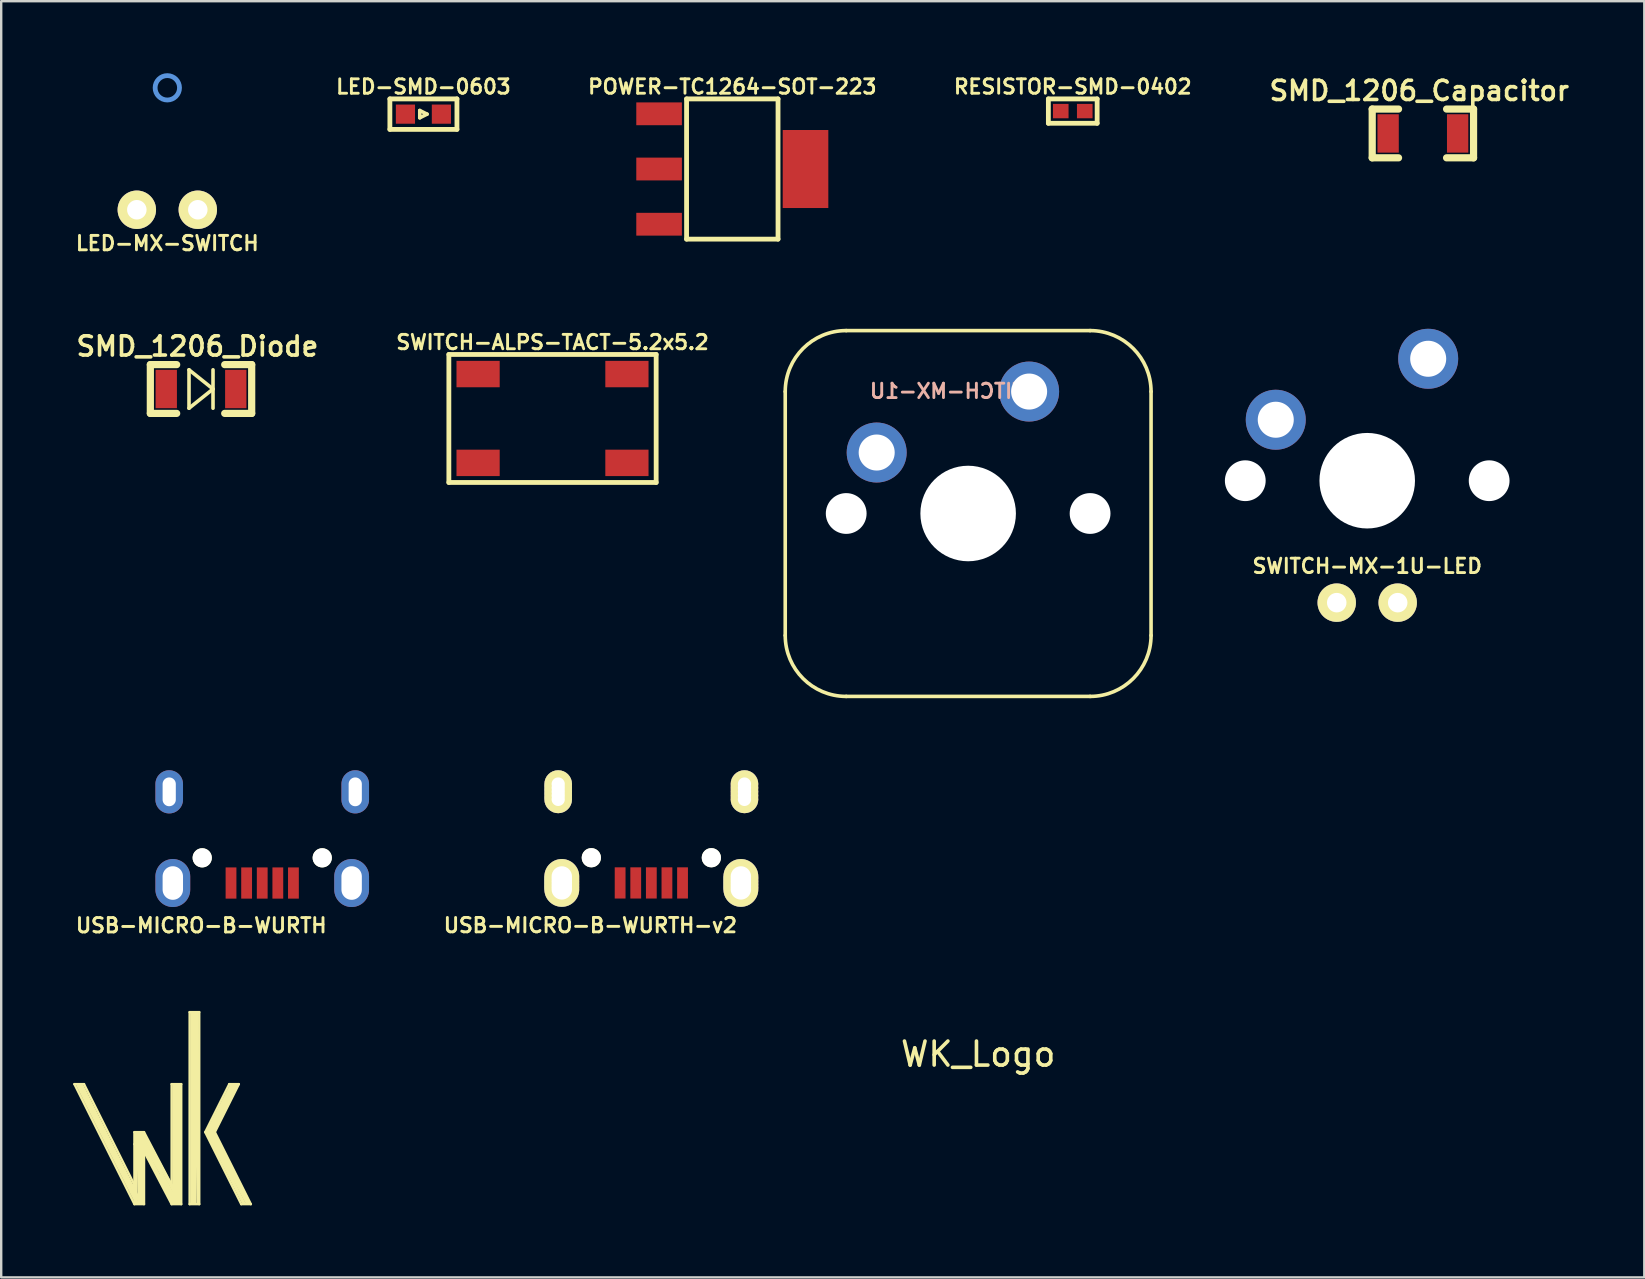
<source format=kicad_pcb>
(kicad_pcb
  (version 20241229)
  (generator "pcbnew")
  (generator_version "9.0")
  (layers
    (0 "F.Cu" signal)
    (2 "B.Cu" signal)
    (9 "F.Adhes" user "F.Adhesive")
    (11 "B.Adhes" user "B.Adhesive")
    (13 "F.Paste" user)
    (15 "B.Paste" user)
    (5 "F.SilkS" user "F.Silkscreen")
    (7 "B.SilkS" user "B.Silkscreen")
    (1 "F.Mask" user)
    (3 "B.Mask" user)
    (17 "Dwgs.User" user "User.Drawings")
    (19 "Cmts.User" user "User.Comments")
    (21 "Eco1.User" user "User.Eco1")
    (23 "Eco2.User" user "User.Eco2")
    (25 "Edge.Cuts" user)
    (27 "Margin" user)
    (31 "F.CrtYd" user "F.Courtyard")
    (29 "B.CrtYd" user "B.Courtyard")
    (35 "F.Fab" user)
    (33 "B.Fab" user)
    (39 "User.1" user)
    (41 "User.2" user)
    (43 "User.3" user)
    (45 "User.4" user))
  (footprint "USB-MICRO-B-WURTH"
    (layer "F.Cu")
    (at 7.874 31.756)
    (property "Reference" "USB-MICRO-B-WURTH" (at -2.54 3.747 180) (layer "F.SilkS") (effects (font (size 0.6 0.6) (thickness 0.12))))
    (attr smd)
    (pad "" thru_hole oval (at -3.875 -1.819 180) (size 1.15 1.8) (drill oval 0.55 1.2) (layers "*.Cu" "*.Mask" "F.Paste"))
    (pad "" np_thru_hole circle (at -2.5 0.93 180) (size 0.8 0.8) (drill 0.8) (layers "*.Cu" "*.Mask" "F.SilkS"))
    (pad "" np_thru_hole circle (at 2.5 0.93 180) (size 0.8 0.8) (drill 0.8) (layers "*.Cu" "*.Mask" "F.SilkS"))
    (pad "" thru_hole oval (at 3.725 1.98 180) (size 1.45 2) (drill oval 0.85 1.4) (layers "*.Cu" "*.Mask" "F.Paste"))
    (pad "" thru_hole oval (at 3.875 -1.819 180) (size 1.15 1.8) (drill oval 0.55 1.2) (layers "*.Cu" "*.Mask" "F.Paste"))
    (pad "1" smd rect (at 1.3 1.98 180) (size 0.45 1.3) (layers "F.Cu" "F.Mask" "F.Paste"))
    (pad "2" smd rect (at 0.65 1.98 180) (size 0.45 1.3) (layers "F.Cu" "F.Mask" "F.Paste"))
    (pad "3" smd rect (at 0 1.98 180) (size 0.45 1.3) (layers "F.Cu" "F.Mask" "F.Paste"))
    (pad "4" smd rect (at -0.65 1.98 180) (size 0.45 1.3) (layers "F.Cu" "F.Mask" "F.Paste"))
    (pad "5" smd rect (at -1.3 1.98 180) (size 0.45 1.3) (layers "F.Cu" "F.Mask" "F.Paste"))
    (pad "6" thru_hole oval (at -3.725 1.98 180) (size 1.45 2) (drill oval 0.85 1.4) (layers "*.Cu" "*.Mask" "F.Paste")))
  (footprint "SWITCH-MX-1U-LED"
    (layer "F.Cu")
    (at 53.907 16.976)
    (property "Reference" "SWITCH-MX-1U-LED" (at 0 3.556 0) (layer "F.SilkS") (effects (font (size 0.6 0.6) (thickness 0.12))))
    (attr through_hole)
    (pad "" np_thru_hole circle (at -5.08 0) (size 1.699 1.699) (drill 1.699) (layers "*.Cu" "*.Mask"))
    (pad "" np_thru_hole circle (at 0 0) (size 3.98 3.98) (drill 3.98) (layers "*.Cu" "*.Mask"))
    (pad "" np_thru_hole circle (at 5.08 0) (size 1.699 1.699) (drill 1.699) (layers "*.Cu" "*.Mask"))
    (pad "1" thru_hole circle (at -3.81 -2.54) (size 2.499 2.499) (drill 1.501) (layers "*.Cu" "*.Mask"))
    (pad "1" thru_hole circle (at -1.27 5.08) (size 1.6 1.6) (drill 0.813) (layers "*.Cu" "*.Mask" "F.SilkS"))
    (pad "2" thru_hole circle (at 1.27 5.08) (size 1.6 1.6) (drill 0.813) (layers "*.Cu" "*.Mask" "F.SilkS"))
    (pad "2" thru_hole circle (at 2.54 -5.08) (size 2.499 2.499) (drill 1.501) (layers "*.Cu" "*.Mask")))
  (footprint "LED-MX-SWITCH"
    (layer "F.Cu")
    (at 3.92 0.608)
    (property "Reference" "LED-MX-SWITCH" (at 0 6.477 0) (layer "F.SilkS") (effects (font (size 0.6 0.6) (thickness 0.12))))
    (attr through_hole)
    (fp_circle (center 0 0) (end 0.508 0) (stroke (width 0.2) (type solid)) (fill no) (layer "Cmts.User"))
    (pad "1" thru_hole circle (at -1.27 5.08) (size 1.6 1.6) (drill 0.813) (layers "*.Cu" "*.Mask" "F.SilkS"))
    (pad "2" thru_hole circle (at 1.27 5.08) (size 1.6 1.6) (drill 0.813) (layers "*.Cu" "*.Mask" "F.SilkS")))
  (footprint "WK_Logo"
    (layer "F.Cu")
    (at 3.75 43.114)
    (property "Reference" "WK_Logo" (at 33.95 -2.25 0) (layer "F.SilkS") (effects (font (size 1 1) (thickness 0.15))))
    (attr through_hole)
    (fp_line (start -3.7 -1) (end -3.3 -1) (stroke (width 0.1) (type solid)) (layer "F.SilkS"))
    (fp_line (start -3.7 -1) (end -1.2 4) (stroke (width 0.1) (type solid)) (layer "F.SilkS"))
    (fp_line (start -3.55 -0.95) (end -1.1 3.95) (stroke (width 0.15) (type solid)) (layer "F.SilkS"))
    (fp_line (start -3.5 -0.95) (end -1.1 3.75) (stroke (width 0.15) (type solid)) (layer "F.SilkS"))
    (fp_line (start -3.4 -0.95) (end -0.95 3.95) (stroke (width 0.15) (type solid)) (layer "F.SilkS"))
    (fp_line (start -1.2 1) (end -1.2 1.5) (stroke (width 0.1) (type solid)) (layer "F.SilkS"))
    (fp_line (start -1.2 1) (end -0.8 1) (stroke (width 0.1) (type solid)) (layer "F.SilkS"))
    (fp_line (start -1.2 1.5) (end -1.2 3.2) (stroke (width 0.1) (type solid)) (layer "F.SilkS"))
    (fp_line (start -1.2 3.2) (end -3.3 -1) (stroke (width 0.1) (type solid)) (layer "F.SilkS"))
    (fp_line (start -1.2 3.25) (end -1.25 3.25) (stroke (width 0.15) (type solid)) (layer "F.SilkS"))
    (fp_line (start -1.2 4) (end -0.8 4) (stroke (width 0.1) (type solid)) (layer "F.SilkS"))
    (fp_line (start -1.15 3.95) (end -1.1 1.05) (stroke (width 0.15) (type solid)) (layer "F.SilkS"))
    (fp_line (start -1.1 1.05) (end 0.4 3.95) (stroke (width 0.15) (type solid)) (layer "F.SilkS"))
    (fp_line (start -1 3.9) (end -1 1.3) (stroke (width 0.15) (type solid)) (layer "F.SilkS"))
    (fp_line (start -0.9 1.7) (end -0.9 1.5) (stroke (width 0.15) (type solid)) (layer "F.SilkS"))
    (fp_line (start -0.9 3.3) (end -0.9 1.15) (stroke (width 0.15) (type solid)) (layer "F.SilkS"))
    (fp_line (start -0.9 3.95) (end -0.85 1.6) (stroke (width 0.15) (type solid)) (layer "F.SilkS"))
    (fp_line (start -0.85 1.05) (end -0.05 2.6) (stroke (width 0.15) (type solid)) (layer "F.SilkS"))
    (fp_line (start -0.85 1.05) (end 0.45 3.45) (stroke (width 0.15) (type solid)) (layer "F.SilkS"))
    (fp_line (start -0.8 1.8) (end -0.8 4) (stroke (width 0.1) (type solid)) (layer "F.SilkS"))
    (fp_line (start -0.8 1.8) (end 0.35 4) (stroke (width 0.1) (type solid)) (layer "F.SilkS"))
    (fp_line (start 0.05 3.2) (end -0.1 2.85) (stroke (width 0.15) (type solid)) (layer "F.SilkS"))
    (fp_line (start 0.1 3.25) (end 0.4 3.8) (stroke (width 0.15) (type solid)) (layer "F.SilkS"))
    (fp_line (start 0.35 3.2) (end -0.8 1) (stroke (width 0.1) (type solid)) (layer "F.SilkS"))
    (fp_line (start 0.35 3.2) (end 0.35 -1) (stroke (width 0.1) (type solid)) (layer "F.SilkS"))
    (fp_line (start 0.45 -0.95) (end 0.45 3.95) (stroke (width 0.15) (type solid)) (layer "F.SilkS"))
    (fp_line (start 0.45 3.7) (end -1 1.05) (stroke (width 0.15) (type solid)) (layer "F.SilkS"))
    (fp_line (start 0.55 3.95) (end 0.55 -0.95) (stroke (width 0.15) (type solid)) (layer "F.SilkS"))
    (fp_line (start 0.65 3.95) (end 0.65 -0.95) (stroke (width 0.15) (type solid)) (layer "F.SilkS"))
    (fp_line (start 0.75 -1) (end 0.35 -1) (stroke (width 0.1) (type solid)) (layer "F.SilkS"))
    (fp_line (start 0.75 4) (end 0.35 4) (stroke (width 0.1) (type solid)) (layer "F.SilkS"))
    (fp_line (start 0.75 4) (end 0.75 -1) (stroke (width 0.1) (type solid)) (layer "F.SilkS"))
    (fp_line (start 1.1 4) (end 1.1 -4) (stroke (width 0.1) (type solid)) (layer "F.SilkS"))
    (fp_line (start 1.2 -3.95) (end 1.2 3.95) (stroke (width 0.15) (type solid)) (layer "F.SilkS"))
    (fp_line (start 1.3 3.95) (end 1.3 -3.95) (stroke (width 0.15) (type solid)) (layer "F.SilkS"))
    (fp_line (start 1.4 -3.95) (end 1.45 3.95) (stroke (width 0.15) (type solid)) (layer "F.SilkS"))
    (fp_line (start 1.5 -4) (end 1.1 -4) (stroke (width 0.1) (type solid)) (layer "F.SilkS"))
    (fp_line (start 1.5 -4) (end 1.5 4) (stroke (width 0.1) (type solid)) (layer "F.SilkS"))
    (fp_line (start 1.5 4) (end 1.1 4) (stroke (width 0.1) (type solid)) (layer "F.SilkS"))
    (fp_line (start 1.85 1) (end 3.35 3.95) (stroke (width 0.15) (type solid)) (layer "F.SilkS"))
    (fp_line (start 1.95 1) (end 2.95 -0.95) (stroke (width 0.15) (type solid)) (layer "F.SilkS"))
    (fp_line (start 2.05 1) (end 3.55 3.95) (stroke (width 0.15) (type solid)) (layer "F.SilkS"))
    (fp_line (start 2.15 1) (end 3.15 -1) (stroke (width 0.1) (type solid)) (layer "F.SilkS"))
    (fp_line (start 2.15 1) (end 3.65 4) (stroke (width 0.1) (type solid)) (layer "F.SilkS"))
    (fp_line (start 2.75 -1) (end 1.75 1) (stroke (width 0.1) (type solid)) (layer "F.SilkS"))
    (fp_line (start 2.75 -1) (end 3.15 -1) (stroke (width 0.1) (type solid)) (layer "F.SilkS"))
    (fp_line (start 2.85 -0.95) (end 1.85 1) (stroke (width 0.15) (type solid)) (layer "F.SilkS"))
    (fp_line (start 3.05 -0.95) (end 2.05 1) (stroke (width 0.15) (type solid)) (layer "F.SilkS"))
    (fp_line (start 3.25 4) (end 1.75 1) (stroke (width 0.1) (type solid)) (layer "F.SilkS"))
    (fp_line (start 3.25 4) (end 3.65 4) (stroke (width 0.1) (type solid)) (layer "F.SilkS"))
    (fp_line (start 3.5 3.95) (end 1.95 1) (stroke (width 0.15) (type solid)) (layer "F.SilkS")))
  (footprint "SWITCH-ALPS-TACT-5.2x5.2"
    (layer "F.Cu")
    (at 19.967 14.383)
    (property "Reference" "SWITCH-ALPS-TACT-5.2x5.2" (at 0 -3.175 0) (layer "F.SilkS") (effects (font (size 0.6 0.6) (thickness 0.12))))
    (attr smd)
    (fp_line (start -4.318 -2.667) (end -4.318 2.667) (stroke (width 0.2) (type solid)) (layer "F.SilkS"))
    (fp_line (start -4.318 2.667) (end 4.318 2.667) (stroke (width 0.2) (type solid)) (layer "F.SilkS"))
    (fp_line (start 4.318 -2.667) (end -4.318 -2.667) (stroke (width 0.2) (type solid)) (layer "F.SilkS"))
    (fp_line (start 4.318 2.667) (end 4.318 -2.667) (stroke (width 0.2) (type solid)) (layer "F.SilkS"))
    (pad "1" smd rect (at -3.1 -1.85) (size 1.8 1.1) (layers "F.Cu" "F.Mask" "F.Paste"))
    (pad "2" smd rect (at 3.1 -1.85) (size 1.8 1.1) (layers "F.Cu" "F.Mask" "F.Paste"))
    (pad "3" smd rect (at -3.1 1.85) (size 1.8 1.1) (layers "F.Cu" "F.Mask" "F.Paste"))
    (pad "4" smd rect (at 3.1 1.85) (size 1.8 1.1) (layers "F.Cu" "F.Mask" "F.Paste")))
  (footprint "SMD_1206_Diode"
    (layer "F.Cu")
    (at 5.324 13.156)
    (property "Reference" "SMD_1206_Diode" (at -0.15 -1.778 0) (layer "F.SilkS") (effects (font (size 0.8 0.8) (thickness 0.15))))
    (attr smd)
    (fp_line (start -2.111 -1.016) (end -2.111 1.016) (stroke (width 0.3) (type solid)) (layer "F.SilkS"))
    (fp_line (start -2.111 1.016) (end -1.014 1.016) (stroke (width 0.3) (type solid)) (layer "F.SilkS"))
    (fp_line (start -1.014 -1.016) (end -2.111 -1.016) (stroke (width 0.3) (type solid)) (layer "F.SilkS"))
    (fp_line (start -0.5 -0.8) (end -0.5 0.8) (stroke (width 0.15) (type solid)) (layer "F.SilkS"))
    (fp_line (start -0.5 -0.8) (end 0.5 0) (stroke (width 0.15) (type solid)) (layer "F.SilkS"))
    (fp_line (start 0.5 -0.8) (end 0.5 0.8) (stroke (width 0.15) (type solid)) (layer "F.SilkS"))
    (fp_line (start 0.5 0) (end -0.5 0.8) (stroke (width 0.15) (type solid)) (layer "F.SilkS"))
    (fp_line (start 0.987 -1.016) (end 2.111 -1.016) (stroke (width 0.3) (type solid)) (layer "F.SilkS"))
    (fp_line (start 2.111 -1.016) (end 2.111 1.016) (stroke (width 0.3) (type solid)) (layer "F.SilkS"))
    (fp_line (start 2.111 1.016) (end 0.987 1.016) (stroke (width 0.3) (type solid)) (layer "F.SilkS"))
    (pad "1" smd rect (at -1.448 0) (size 0.889 1.6) (layers "F.Cu" "F.Mask" "F.Paste"))
    (pad "2" smd rect (at 1.448 0) (size 0.889 1.6) (layers "F.Cu" "F.Mask" "F.Paste")))
  (footprint "RESISTOR-SMD-0402"
    (layer "F.Cu")
    (at 41.64 1.578)
    (property "Reference" "RESISTOR-SMD-0402" (at 0 -1.016 0) (layer "F.SilkS") (effects (font (size 0.6 0.6) (thickness 0.12))))
    (attr through_hole)
    (fp_line (start -1.016 -0.508) (end 1.016 -0.508) (stroke (width 0.2) (type solid)) (layer "F.SilkS"))
    (fp_line (start -1.016 0.508) (end -1.016 -0.508) (stroke (width 0.2) (type solid)) (layer "F.SilkS"))
    (fp_line (start 1.016 -0.508) (end 1.016 0.508) (stroke (width 0.2) (type solid)) (layer "F.SilkS"))
    (fp_line (start 1.016 0.508) (end -1.016 0.508) (stroke (width 0.2) (type solid)) (layer "F.SilkS"))
    (pad "1" smd rect (at -0.5 0) (size 0.65 0.6) (layers "F.Cu" "F.Mask" "F.Paste"))
    (pad "2" smd rect (at 0.5 0) (size 0.65 0.6) (layers "F.Cu" "F.Mask" "F.Paste")))
  (footprint "SMD_1206_Capacitor"
    (layer "F.Cu")
    (at 56.226 2.509)
    (property "Reference" "SMD_1206_Capacitor" (at -0.15 -1.778 0) (layer "F.SilkS") (effects (font (size 0.8 0.8) (thickness 0.15))))
    (attr smd)
    (fp_line (start -2.111 -1.016) (end -2.111 1.016) (stroke (width 0.3) (type solid)) (layer "F.SilkS"))
    (fp_line (start -2.111 1.016) (end -1.014 1.016) (stroke (width 0.3) (type solid)) (layer "F.SilkS"))
    (fp_line (start -1.014 -1.016) (end -2.111 -1.016) (stroke (width 0.3) (type solid)) (layer "F.SilkS"))
    (fp_line (start 0.987 -1.016) (end 2.111 -1.016) (stroke (width 0.3) (type solid)) (layer "F.SilkS"))
    (fp_line (start 2.111 -1.016) (end 2.111 1.016) (stroke (width 0.3) (type solid)) (layer "F.SilkS"))
    (fp_line (start 2.111 1.016) (end 0.987 1.016) (stroke (width 0.3) (type solid)) (layer "F.SilkS"))
    (pad "1" smd rect (at -1.448 0) (size 0.889 1.6) (layers "F.Cu" "F.Mask" "F.Paste"))
    (pad "2" smd rect (at 1.448 0) (size 0.889 1.6) (layers "F.Cu" "F.Mask" "F.Paste")))
  (footprint "POWER-TC1264-SOT-223"
    (layer "F.Cu")
    (at 27.457 3.991)
    (property "Reference" "POWER-TC1264-SOT-223" (at 0 -3.429 0) (layer "F.SilkS") (effects (font (size 0.6 0.6) (thickness 0.12))))
    (attr through_hole)
    (fp_line (start -1.905 2.921) (end -1.905 -2.921) (stroke (width 0.2) (type solid)) (layer "F.SilkS"))
    (fp_line (start -1.905 2.921) (end 1.905 2.921) (stroke (width 0.2) (type solid)) (layer "F.SilkS"))
    (fp_line (start 1.905 -2.921) (end -1.905 -2.921) (stroke (width 0.2) (type solid)) (layer "F.SilkS"))
    (fp_line (start 1.905 -2.921) (end 1.905 2.921) (stroke (width 0.2) (type solid)) (layer "F.SilkS"))
    (pad "1" smd rect (at -3.05 -2.3 270) (size 0.95 1.9) (layers "F.Cu" "F.Mask" "F.Paste"))
    (pad "2" smd rect (at -3.05 0 270) (size 0.95 1.9) (layers "F.Cu" "F.Mask" "F.Paste"))
    (pad "2" smd rect (at 3.05 0 270) (size 3.25 1.9) (layers "F.Cu" "F.Mask" "F.Paste"))
    (pad "3" smd rect (at -3.05 2.3 270) (size 0.95 1.9) (layers "F.Cu" "F.Mask" "F.Paste")))
  (footprint "USB-MICRO-B-WURTH-v2"
    (layer "F.Cu")
    (at 24.084 31.752)
    (property "Reference" "USB-MICRO-B-WURTH-v2" (at -2.54 3.747 180) (layer "F.SilkS") (effects (font (size 0.6 0.6) (thickness 0.12))))
    (attr smd)
    (pad "" thru_hole circle (at -3.88 -2.14) (size 1.15 1.15) (drill 0.55) (layers "*.Cu" "*.Mask" "F.SilkS"))
    (pad "" thru_hole circle (at -3.88 -1.98) (size 1.15 1.15) (drill 0.55) (layers "*.Cu" "*.Mask" "F.SilkS"))
    (pad "" thru_hole circle (at -3.88 -1.82) (size 1.15 1.15) (drill 0.55) (layers "*.Cu" "*.Mask" "F.SilkS"))
    (pad "" thru_hole circle (at -3.88 -1.66) (size 1.15 1.15) (drill 0.55) (layers "*.Cu" "*.Mask" "F.SilkS"))
    (pad "" thru_hole circle (at -3.88 -1.5) (size 1.15 1.15) (drill 0.55) (layers "*.Cu" "*.Mask" "F.SilkS"))
    (pad "" np_thru_hole circle (at -2.5 0.93 180) (size 0.8 0.8) (drill 0.8) (layers "*.Cu" "*.Mask" "F.SilkS"))
    (pad "" np_thru_hole circle (at 2.5 0.93 180) (size 0.8 0.8) (drill 0.8) (layers "*.Cu" "*.Mask" "F.SilkS"))
    (pad "" thru_hole circle (at 3.73 1.71) (size 1.45 1.45) (drill 0.85) (layers "*.Cu" "*.Mask" "F.SilkS"))
    (pad "" thru_hole circle (at 3.73 1.845) (size 1.45 1.45) (drill 0.85) (layers "*.Cu" "*.Mask" "F.SilkS"))
    (pad "" thru_hole circle (at 3.73 1.98) (size 1.45 1.45) (drill 0.85) (layers "*.Cu" "*.Mask" "F.SilkS"))
    (pad "" thru_hole circle (at 3.73 2.115) (size 1.45 1.45) (drill 0.85) (layers "*.Cu" "*.Mask" "F.SilkS"))
    (pad "" thru_hole circle (at 3.73 2.25) (size 1.45 1.45) (drill 0.85) (layers "*.Cu" "*.Mask" "F.SilkS"))
    (pad "" thru_hole circle (at 3.88 -2.14) (size 1.15 1.15) (drill 0.55) (layers "*.Cu" "*.Mask" "F.SilkS"))
    (pad "" thru_hole circle (at 3.88 -1.98) (size 1.15 1.15) (drill 0.55) (layers "*.Cu" "*.Mask" "F.SilkS"))
    (pad "" thru_hole circle (at 3.88 -1.82) (size 1.15 1.15) (drill 0.55) (layers "*.Cu" "*.Mask" "F.SilkS"))
    (pad "" thru_hole circle (at 3.88 -1.66) (size 1.15 1.15) (drill 0.55) (layers "*.Cu" "*.Mask" "F.SilkS"))
    (pad "" thru_hole circle (at 3.88 -1.5) (size 1.15 1.15) (drill 0.55) (layers "*.Cu" "*.Mask" "F.SilkS"))
    (pad "1" smd rect (at 1.3 1.98 180) (size 0.45 1.3) (layers "F.Cu" "F.Mask" "F.Paste"))
    (pad "2" smd rect (at 0.65 1.98 180) (size 0.45 1.3) (layers "F.Cu" "F.Mask" "F.Paste"))
    (pad "3" smd rect (at 0 1.98 180) (size 0.45 1.3) (layers "F.Cu" "F.Mask" "F.Paste"))
    (pad "4" smd rect (at -0.65 1.98 180) (size 0.45 1.3) (layers "F.Cu" "F.Mask" "F.Paste"))
    (pad "5" smd rect (at -1.3 1.98 180) (size 0.45 1.3) (layers "F.Cu" "F.Mask" "F.Paste"))
    (pad "6" thru_hole circle (at -3.73 1.71) (size 1.45 1.45) (drill 0.85) (layers "*.Cu" "*.Mask" "F.SilkS"))
    (pad "6" thru_hole circle (at -3.73 1.845) (size 1.45 1.45) (drill 0.85) (layers "*.Cu" "*.Mask" "F.SilkS"))
    (pad "6" thru_hole circle (at -3.73 1.98) (size 1.45 1.45) (drill 0.85) (layers "*.Cu" "*.Mask" "F.SilkS"))
    (pad "6" thru_hole circle (at -3.73 2.115) (size 1.45 1.45) (drill 0.85) (layers "*.Cu" "*.Mask" "F.SilkS"))
    (pad "6" thru_hole circle (at -3.73 2.25) (size 1.45 1.45) (drill 0.85) (layers "*.Cu" "*.Mask" "F.SilkS")))
  (footprint "SWITCH-MX-1U"
    (layer "F.Cu")
    (at 37.282 18.342)
    (property "Reference" "SWITCH-MX-1U" (at -0.5 -5.1 0) (layer "B.SilkS") (effects (font (size 0.6 0.6) (thickness 0.12)) (justify mirror)))
    (attr through_hole)
    (fp_line (start -7.62 -5.08) (end -7.62 5.08) (stroke (width 0.15) (type solid)) (layer "F.SilkS"))
    (fp_line (start -5.08 7.62) (end 5.08 7.62) (stroke (width 0.15) (type solid)) (layer "F.SilkS"))
    (fp_line (start 5.08 -7.62) (end -5.08 -7.62) (stroke (width 0.15) (type solid)) (layer "F.SilkS"))
    (fp_line (start 7.62 5.08) (end 7.62 -5.08) (stroke (width 0.15) (type solid)) (layer "F.SilkS"))
    (fp_arc (start -7.62 -5.08) (mid -6.876051 -6.876051) (end -5.08 -7.62) (stroke (width 0.15) (type solid)) (layer "F.SilkS"))
    (fp_arc (start -5.08 7.62) (mid -6.876051 6.876051) (end -7.62 5.08) (stroke (width 0.15) (type solid)) (layer "F.SilkS"))
    (fp_arc (start 5.08 -7.62) (mid 6.876051 -6.876051) (end 7.62 -5.08) (stroke (width 0.15) (type solid)) (layer "F.SilkS"))
    (fp_arc (start 7.62 5.08) (mid 6.876051 6.876051) (end 5.08 7.62) (stroke (width 0.15) (type solid)) (layer "F.SilkS"))
    (pad "" np_thru_hole circle (at -5.08 0) (size 1.699 1.699) (drill 1.699) (layers "*.Cu" "*.Mask"))
    (pad "" np_thru_hole circle (at 0 0) (size 3.98 3.98) (drill 3.98) (layers "*.Cu" "*.Mask"))
    (pad "" np_thru_hole circle (at 5.08 0) (size 1.699 1.699) (drill 1.699) (layers "*.Cu" "*.Mask"))
    (pad "1" thru_hole circle (at -3.81 -2.54) (size 2.499 2.499) (drill 1.501) (layers "*.Cu" "*.Mask"))
    (pad "2" thru_hole circle (at 2.54 -5.08) (size 2.499 2.499) (drill 1.501) (layers "*.Cu" "*.Mask")))
  (footprint "LED-SMD-0603"
    (layer "F.Cu")
    (at 14.589 1.705)
    (property "Reference" "LED-SMD-0603" (at 0 -1.143 0) (layer "F.SilkS") (effects (font (size 0.6 0.6) (thickness 0.12))))
    (attr smd)
    (fp_line (start -1.397 -0.635) (end 1.397 -0.635) (stroke (width 0.2) (type solid)) (layer "F.SilkS"))
    (fp_line (start -1.397 0.635) (end -1.397 -0.635) (stroke (width 0.2) (type solid)) (layer "F.SilkS"))
    (fp_line (start -0.152 -0.152) (end 0.152 0) (stroke (width 0.15) (type solid)) (layer "F.SilkS"))
    (fp_line (start -0.152 0.152) (end -0.152 -0.152) (stroke (width 0.15) (type solid)) (layer "F.SilkS"))
    (fp_line (start 0.152 0) (end -0.152 0.152) (stroke (width 0.15) (type solid)) (layer "F.SilkS"))
    (fp_line (start 1.397 -0.635) (end 1.397 0.635) (stroke (width 0.2) (type solid)) (layer "F.SilkS"))
    (fp_line (start 1.397 0.635) (end -1.397 0.635) (stroke (width 0.2) (type solid)) (layer "F.SilkS"))
    (pad "1" smd rect (at -0.749 0) (size 0.798 0.798) (layers "F.Cu" "F.Mask" "F.Paste"))
    (pad "2" smd rect (at 0.749 0) (size 0.798 0.798) (layers "F.Cu" "F.Mask" "F.Paste")))
  (gr_rect
    (start -3 -3)
    (end 65.45 50.164)
    (stroke (width 0.1) (type default))
    (fill no)
    (layer "Edge.Cuts")))
</source>
